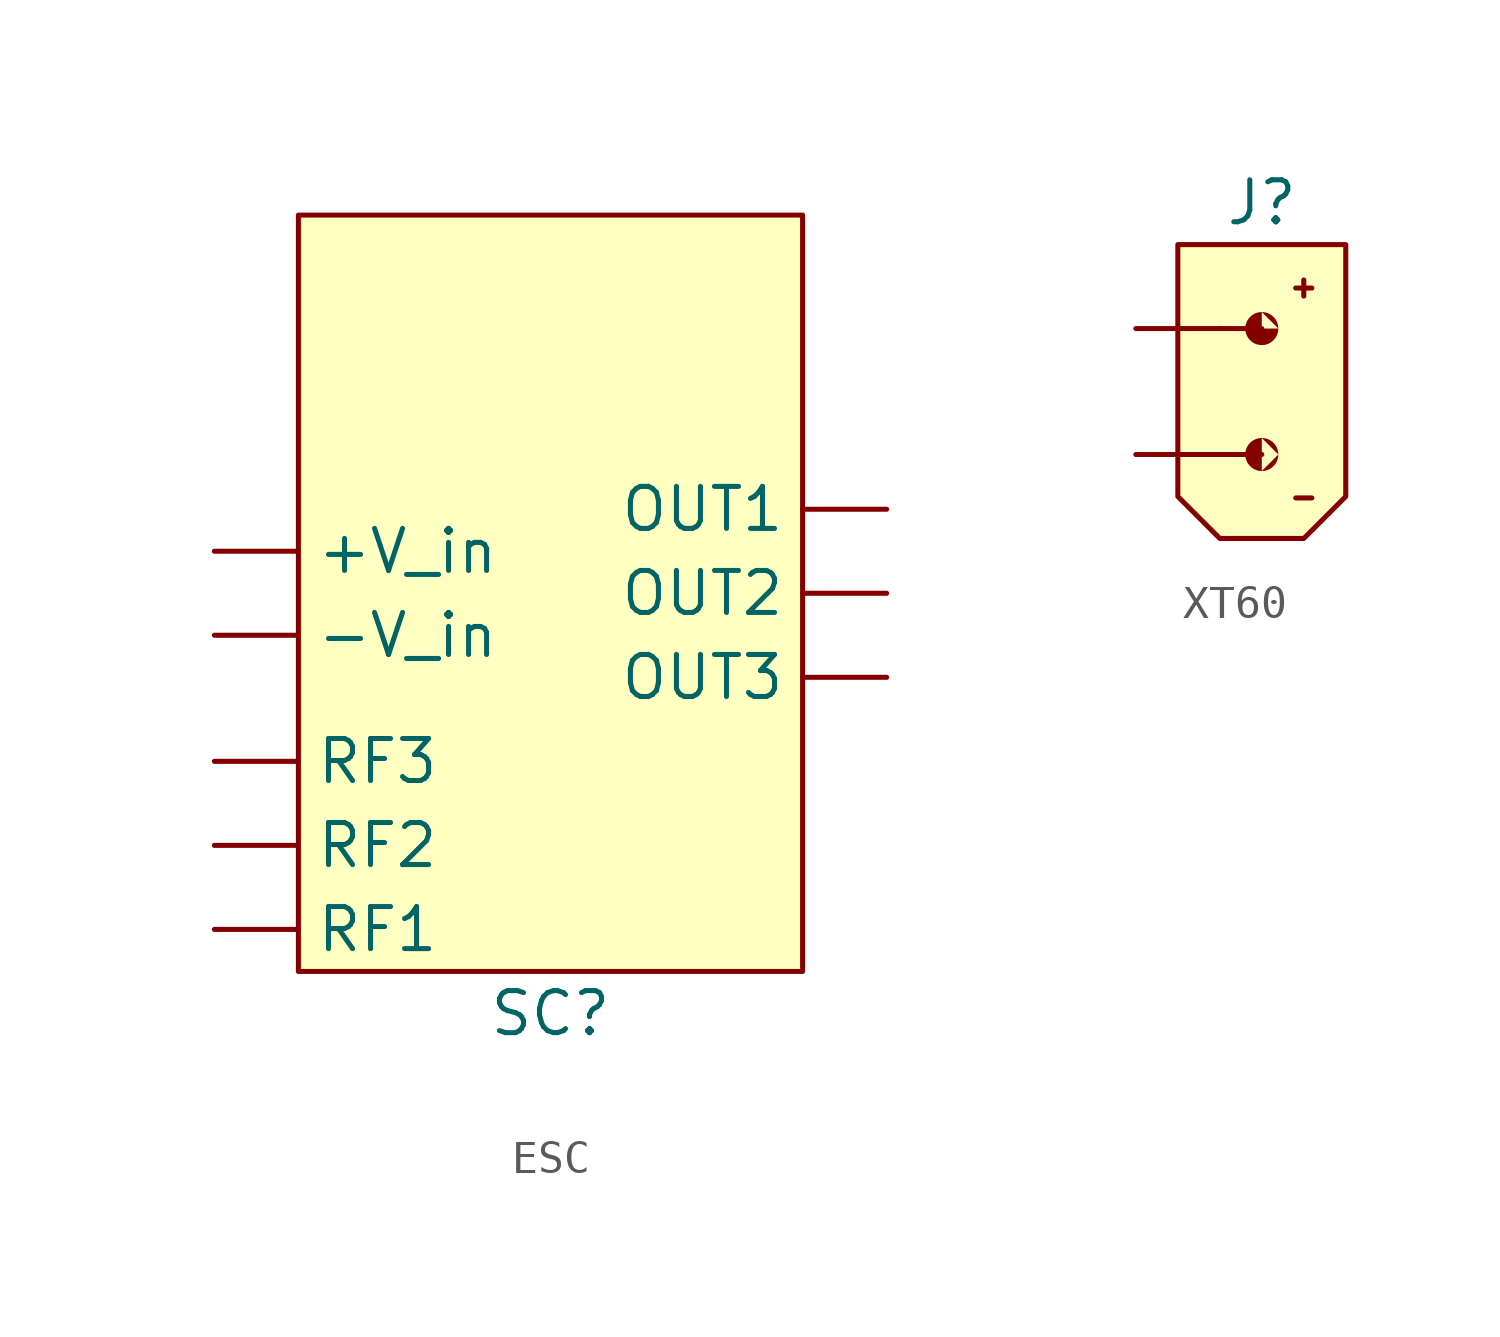
<source format=kicad_sym>
(kicad_symbol_lib
  (version 20220914)
  (generator kicad_symbol_editor)
  (symbol "ESC"
    (property "Reference" "SC"
      (at 0 -16.51 0)
      (effects (font (size 1.27 1.27))))
    (property "Value" ""
      (at 0 0 0)
      (effects (font (size 1.27 1.27))))
    (symbol "ESC_1_1"
      (rectangle (start -7.62 7.62) (end 7.62 -15.24) (stroke (width 0) (type default)) (fill (type background)))
      (pin power_in line (at -10.16 -2.54 0) (length 2.54) (name "+V_in" (effects (font (size 1.27 1.27)))) (number "" (effects (font (size 1.27 1.27)))))
      (pin power_in line (at -10.16 -5.08 0) (length 2.54) (name "-V_in" (effects (font (size 1.27 1.27)))) (number "" (effects (font (size 1.27 1.27)))))
      (pin power_out line (at 10.16 -1.27 180) (length 2.54) (name "OUT1" (effects (font (size 1.27 1.27)))) (number "" (effects (font (size 1.27 1.27)))))
      (pin power_out line (at 10.16 -3.81 180) (length 2.54) (name "OUT2" (effects (font (size 1.27 1.27)))) (number "" (effects (font (size 1.27 1.27)))))
      (pin power_out line (at 10.16 -6.35 180) (length 2.54) (name "OUT3" (effects (font (size 1.27 1.27)))) (number "" (effects (font (size 1.27 1.27)))))
      (pin input line (at -10.16 -13.97 0) (length 2.54) (name "RF1" (effects (font (size 1.27 1.27)))) (number "" (effects (font (size 1.27 1.27)))))
      (pin input line (at -10.16 -11.43 0) (length 2.54) (name "RF2" (effects (font (size 1.27 1.27)))) (number "" (effects (font (size 1.27 1.27)))))
      (pin input line (at -10.16 -8.89 0) (length 2.54) (name "RF3" (effects (font (size 1.27 1.27)))) (number "" (effects (font (size 1.27 1.27)))))))
  (symbol "XT60"
    (property "Reference" "J"
      (at 0 0 0)
      (effects (font (size 1.27 1.27))))
    (property "Value" ""
      (at 0 0 0)
      (effects (font (size 1.27 1.27))))
    (symbol "XT60_1_1"
      (circle (center 0 -7.62) (radius 0.0001) (stroke (width 1) (type default) (color 132 0 0 1)) (fill (type outline)))
      (circle (center 0 -3.81) (radius 0.0001) (stroke (width 1) (type default) (color 132 0 0 1)) (fill (type outline)))
      (polyline (pts (xy 0 -7.62) (xy -1.27 -7.62)) (stroke (width 0) (type default)) (fill (type none)))
      (polyline (pts (xy 0 -3.81) (xy -1.27 -3.81)) (stroke (width 0) (type default)) (fill (type none)))
      (polyline (pts (xy -2.54 -1.27) (xy 2.54 -1.27) (xy 2.54 -8.89) (xy 1.27 -10.16) (xy -1.27 -10.16) (xy -2.54 -8.89) (xy -2.54 -1.27)) (stroke (width 0) (type default)) (fill (type background)))
      (text "+" (at 1.27 -2.54 0) (effects (font (size 0.64 0.64))))
      (text "-" (at 1.27 -8.89 0) (effects (font (size 0.64 0.64))))
      (pin passive line (at -3.81 -7.62 0) (length 2.54) (name "" (effects (font (size 1.27 1.27)))) (number "" (effects (font (size 1.27 1.27)))))
      (pin passive line (at -3.81 -3.81 0) (length 2.54) (name "" (effects (font (size 1.27 1.27)))) (number "" (effects (font (size 1.27 1.27))))))))
</source>
